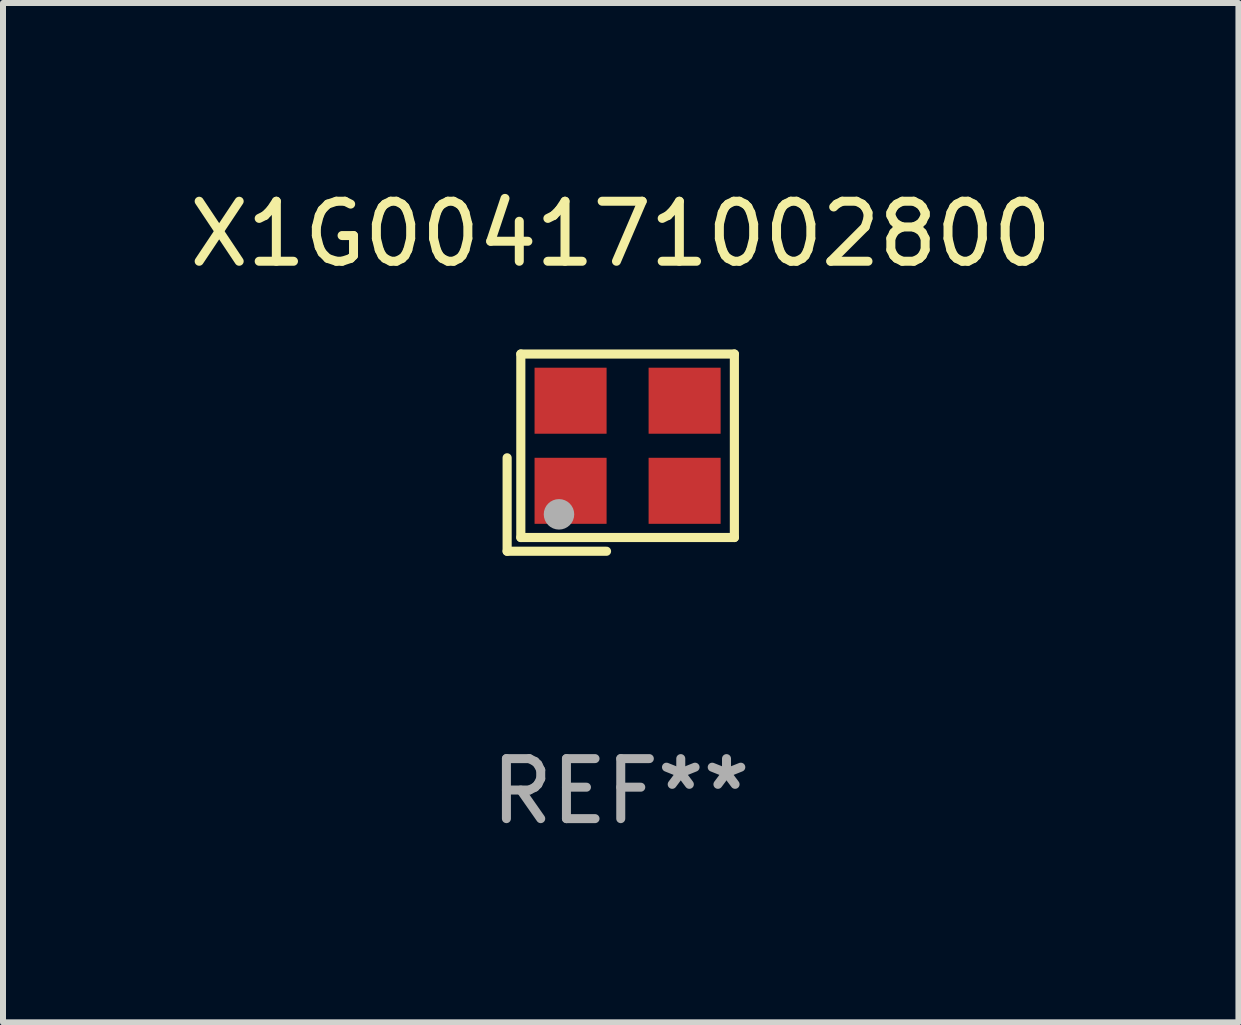
<source format=kicad_pcb>
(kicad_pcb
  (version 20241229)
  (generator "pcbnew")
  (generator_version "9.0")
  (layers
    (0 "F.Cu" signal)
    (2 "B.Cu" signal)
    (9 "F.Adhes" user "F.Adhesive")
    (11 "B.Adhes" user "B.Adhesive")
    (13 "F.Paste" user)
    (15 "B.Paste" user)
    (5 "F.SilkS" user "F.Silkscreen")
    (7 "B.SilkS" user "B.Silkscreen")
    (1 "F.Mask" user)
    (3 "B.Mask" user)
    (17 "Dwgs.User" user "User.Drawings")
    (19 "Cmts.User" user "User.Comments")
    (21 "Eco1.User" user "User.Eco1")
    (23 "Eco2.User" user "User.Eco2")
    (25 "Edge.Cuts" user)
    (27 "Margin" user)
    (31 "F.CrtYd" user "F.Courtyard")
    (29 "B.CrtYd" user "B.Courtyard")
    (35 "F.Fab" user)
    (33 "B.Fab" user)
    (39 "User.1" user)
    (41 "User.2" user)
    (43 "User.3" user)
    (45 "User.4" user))
  (footprint "X1G004171002800"
    (layer "F.Cu")
    (at 7.292 4.491)
    (property "Reference" "X1G004171002800" (at 0 -3.643 0) (layer "F.SilkS") (effects (font (size 1 1) (thickness 0.15))))
    (attr through_hole)
    (fp_line (start -1.893 0.086) (end -1.893 1.643) (stroke (width 0.152) (type solid)) (layer "F.SilkS"))
    (fp_line (start -1.893 1.643) (end -0.237 1.643) (stroke (width 0.152) (type solid)) (layer "F.SilkS"))
    (fp_line (start -1.665 -1.643) (end 1.893 -1.643) (stroke (width 0.152) (type solid)) (layer "F.SilkS"))
    (fp_line (start -1.665 1.414) (end -1.665 -1.643) (stroke (width 0.152) (type solid)) (layer "F.SilkS"))
    (fp_line (start 1.893 -1.643) (end 1.893 1.414) (stroke (width 0.152) (type solid)) (layer "F.SilkS"))
    (fp_line (start 1.893 1.414) (end -1.665 1.414) (stroke (width 0.152) (type solid)) (layer "F.SilkS"))
    (fp_circle (center -1.136 0.885) (end -1.106 0.885) (stroke (width 0.06) (type solid)) (fill no) (layer "F.SilkS"))
    (fp_circle (center -1.029 1.028) (end -0.902 1.028) (stroke (width 0.254) (type solid)) (fill no) (layer "F.Fab"))
    (fp_text user "REF**" (at 0 5.643 0) (layer "F.Fab") (effects (font (size 1 1) (thickness 0.15))))
    (pad "1" smd rect (at -0.836 0.636) (size 1.2 1.1) (layers "F.Cu" "F.Mask" "F.Paste"))
    (pad "2" smd rect (at 1.064 0.636) (size 1.2 1.1) (layers "F.Cu" "F.Mask" "F.Paste"))
    (pad "3" smd rect (at 1.064 -0.865) (size 1.2 1.1) (layers "F.Cu" "F.Mask" "F.Paste"))
    (pad "4" smd rect (at -0.836 -0.865) (size 1.2 1.1) (layers "F.Cu" "F.Mask" "F.Paste")))
  (gr_rect
    (start -3 -3)
    (end 17.583 13.983)
    (stroke (width 0.1) (type default))
    (fill no)
    (layer "Edge.Cuts")))
</source>
